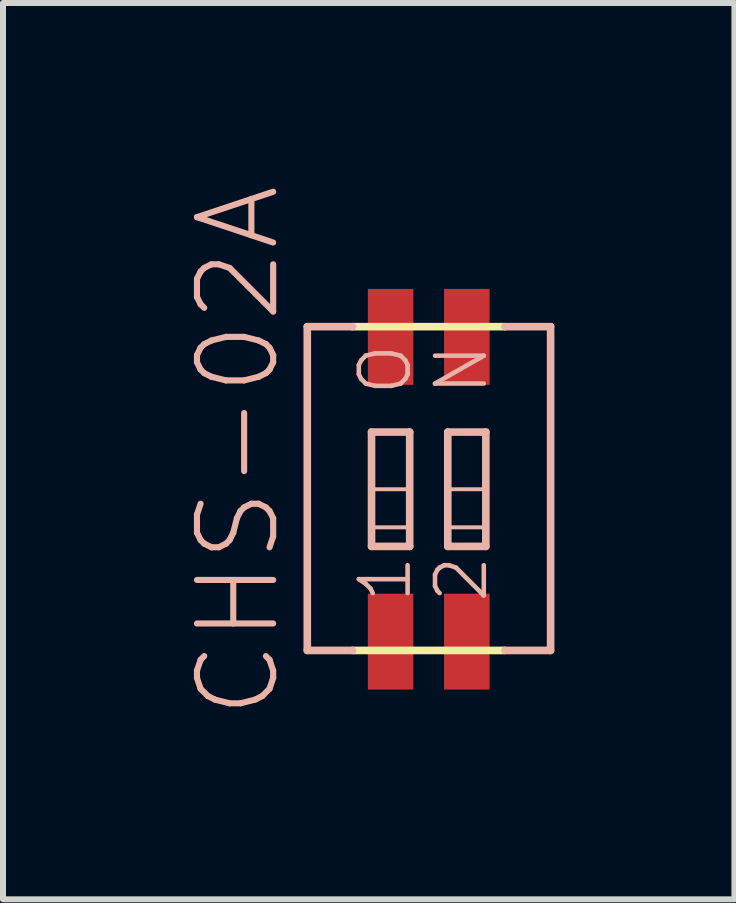
<source format=kicad_pcb>
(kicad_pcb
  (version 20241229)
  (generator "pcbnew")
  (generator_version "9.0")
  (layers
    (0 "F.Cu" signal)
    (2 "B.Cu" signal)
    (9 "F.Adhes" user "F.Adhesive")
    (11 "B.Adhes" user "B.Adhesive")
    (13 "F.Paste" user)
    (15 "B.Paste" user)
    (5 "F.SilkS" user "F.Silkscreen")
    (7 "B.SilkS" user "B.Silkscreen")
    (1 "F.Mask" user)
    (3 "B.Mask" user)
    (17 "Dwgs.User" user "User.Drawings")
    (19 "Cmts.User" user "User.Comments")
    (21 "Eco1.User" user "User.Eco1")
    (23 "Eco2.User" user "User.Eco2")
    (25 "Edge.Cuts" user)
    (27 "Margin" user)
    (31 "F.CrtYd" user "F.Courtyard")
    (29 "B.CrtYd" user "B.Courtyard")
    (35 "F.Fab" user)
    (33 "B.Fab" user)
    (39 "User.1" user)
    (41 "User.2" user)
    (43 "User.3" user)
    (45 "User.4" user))
  (footprint "CHS-02A"
    (layer "F.Cu")
    (at 3.461 5.105)
    (property "Reference" "CHS-02A" (at -2.54 -0.635 90) (layer "B.SilkS") (effects (font (size 1.27 1.27) (thickness 0.102))))
    (attr smd)
    (fp_line (start -0.635 2.687) (end 1.905 2.687) (stroke (width 0.127) (type solid)) (layer "F.SilkS"))
    (fp_line (start 1.905 -2.71) (end -0.635 -2.71) (stroke (width 0.127) (type solid)) (layer "F.SilkS"))
    (fp_line (start -1.389 -2.71) (end -1.389 2.687) (stroke (width 0.127) (type solid)) (layer "B.SilkS"))
    (fp_line (start -1.389 2.687) (end -0.635 2.687) (stroke (width 0.127) (type solid)) (layer "B.SilkS"))
    (fp_line (start -0.635 -2.71) (end -1.389 -2.71) (stroke (width 0.127) (type solid)) (layer "B.SilkS"))
    (fp_line (start -0.318 -0.953) (end 0.318 -0.953) (stroke (width 0.127) (type solid)) (layer "B.SilkS"))
    (fp_line (start -0.318 0) (end 0.318 0) (stroke (width 0.066) (type solid)) (layer "B.SilkS"))
    (fp_line (start -0.318 0.635) (end -0.318 0) (stroke (width 0.066) (type solid)) (layer "B.SilkS"))
    (fp_line (start -0.318 0.635) (end 0.318 0.635) (stroke (width 0.066) (type solid)) (layer "B.SilkS"))
    (fp_line (start -0.318 0.953) (end -0.318 -0.953) (stroke (width 0.127) (type solid)) (layer "B.SilkS"))
    (fp_line (start 0.318 -0.953) (end 0.318 0.953) (stroke (width 0.127) (type solid)) (layer "B.SilkS"))
    (fp_line (start 0.318 0.635) (end 0.318 0) (stroke (width 0.066) (type solid)) (layer "B.SilkS"))
    (fp_line (start 0.318 0.953) (end -0.318 0.953) (stroke (width 0.127) (type solid)) (layer "B.SilkS"))
    (fp_line (start 0.953 -0.953) (end 1.587 -0.953) (stroke (width 0.127) (type solid)) (layer "B.SilkS"))
    (fp_line (start 0.953 0) (end 1.587 0) (stroke (width 0.066) (type solid)) (layer "B.SilkS"))
    (fp_line (start 0.953 0.635) (end 0.953 0) (stroke (width 0.066) (type solid)) (layer "B.SilkS"))
    (fp_line (start 0.953 0.635) (end 1.587 0.635) (stroke (width 0.066) (type solid)) (layer "B.SilkS"))
    (fp_line (start 0.953 0.953) (end 0.953 -0.953) (stroke (width 0.127) (type solid)) (layer "B.SilkS"))
    (fp_line (start 1.587 -0.953) (end 1.587 0.953) (stroke (width 0.127) (type solid)) (layer "B.SilkS"))
    (fp_line (start 1.587 0.635) (end 1.587 0) (stroke (width 0.066) (type solid)) (layer "B.SilkS"))
    (fp_line (start 1.587 0.953) (end 0.953 0.953) (stroke (width 0.127) (type solid)) (layer "B.SilkS"))
    (fp_line (start 1.905 2.687) (end 2.667 2.687) (stroke (width 0.127) (type solid)) (layer "B.SilkS"))
    (fp_line (start 2.667 -2.71) (end 1.905 -2.71) (stroke (width 0.127) (type solid)) (layer "B.SilkS"))
    (fp_line (start 2.667 2.687) (end 2.667 -2.71) (stroke (width 0.127) (type solid)) (layer "B.SilkS"))
    (fp_text user "2" (at 1.181 1.499 90) (layer "B.SilkS") (effects (font (size 0.813 0.813) (thickness 0.076))))
    (fp_text user "1" (at -0.089 1.499 90) (layer "B.SilkS") (effects (font (size 0.813 0.813) (thickness 0.076))))
    (fp_text user "N" (at 1.181 -1.994 90) (layer "B.SilkS") (effects (font (size 0.813 0.813) (thickness 0.076))))
    (fp_text user "O" (at -0.089 -1.994 90) (layer "B.SilkS") (effects (font (size 0.813 0.813) (thickness 0.076))))
    (pad "1" smd rect (at 0 2.54) (size 0.759 1.598) (layers "F.Cu" "F.Mask" "F.Paste"))
    (pad "2" smd rect (at 1.27 2.54) (size 0.759 1.598) (layers "F.Cu" "F.Mask" "F.Paste"))
    (pad "3" smd rect (at 1.27 -2.54) (size 0.759 1.598) (layers "F.Cu" "F.Mask" "F.Paste"))
    (pad "4" smd rect (at 0 -2.54) (size 0.759 1.598) (layers "F.Cu" "F.Mask" "F.Paste")))
  (gr_rect
    (start -3 -3)
    (end 9.192 11.941)
    (stroke (width 0.1) (type default))
    (fill no)
    (layer "Edge.Cuts")))
</source>
